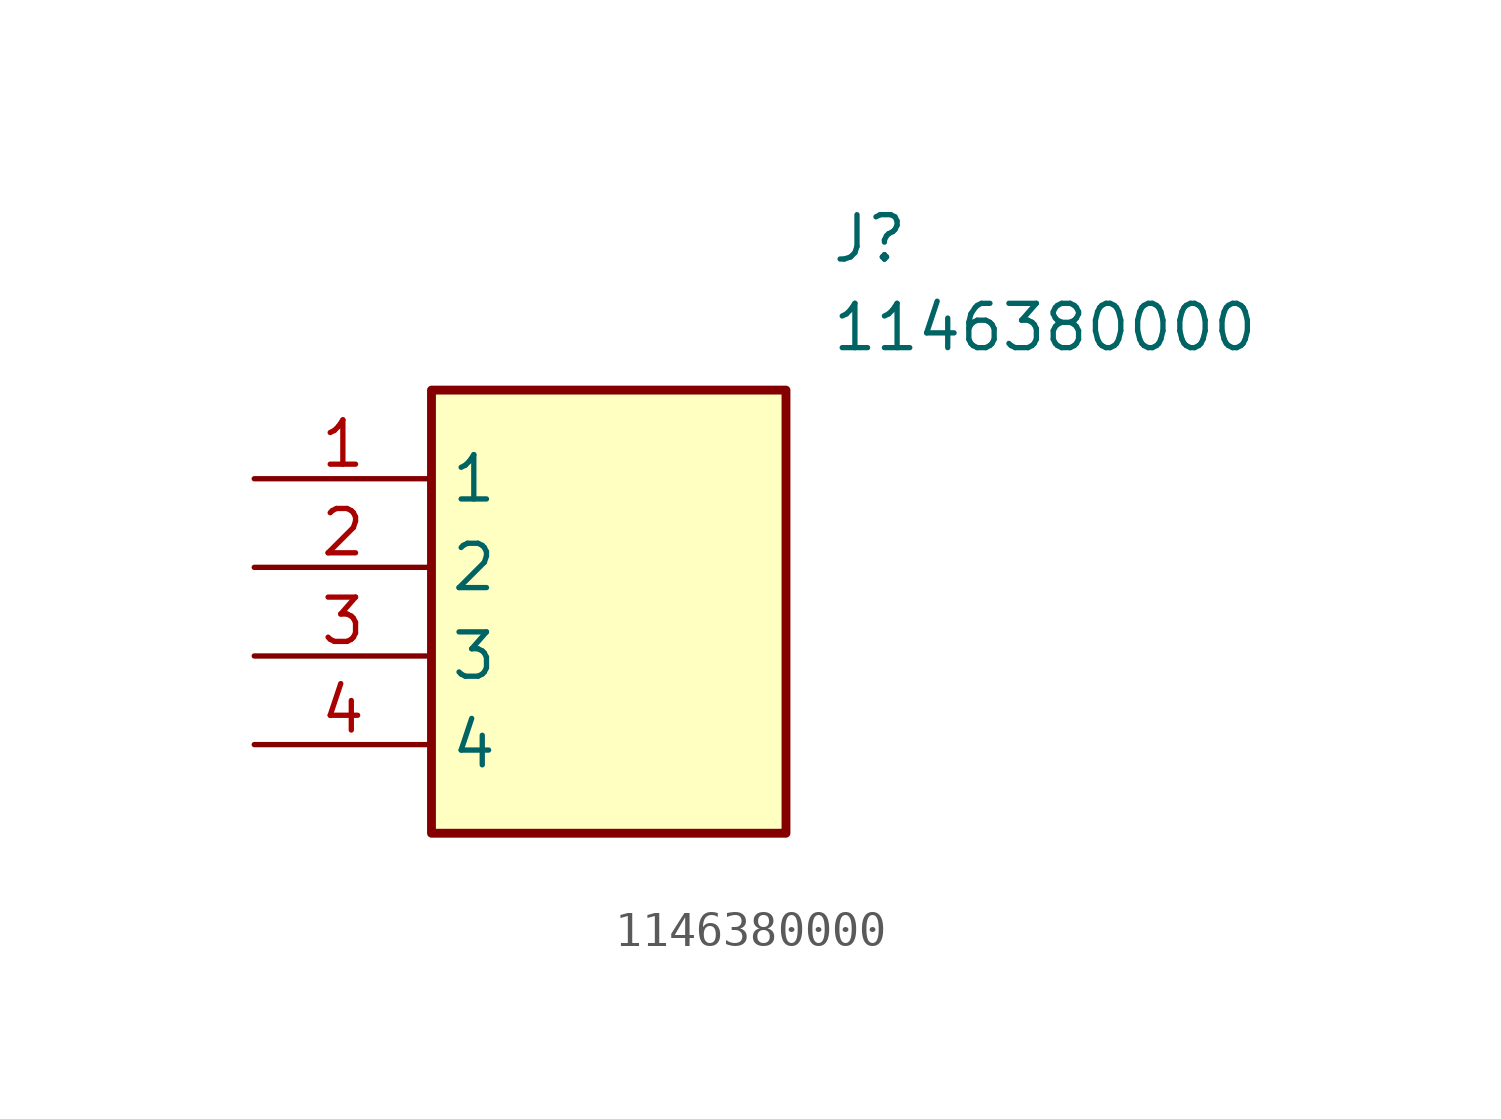
<source format=kicad_sym>
(kicad_symbol_lib
  (version 20211014)
  (generator SamacSys_ECAD_Model)
  (symbol "1146380000"
    (property "Reference" "J"
      (at 16.51 7.62 0)
      (effects (font (size 1.27 1.27)) (justify left top)))
    (property "Value" "1146380000"
      (at 16.51 5.08 0)
      (effects (font (size 1.27 1.27)) (justify left top)))
    (rectangle
      (start 5.08 2.54)
      (end 15.24 -10.16)
      (stroke (width 0.254) (type default))
      (fill (type background)))
    (pin passive line
      (at 0 0 0)
      (length 5.08)
      (name "1" (effects (font (size 1.27 1.27))))
      (number "1" (effects (font (size 1.27 1.27)))))
    (pin passive line
      (at 0 -2.54 0)
      (length 5.08)
      (name "2" (effects (font (size 1.27 1.27))))
      (number "2" (effects (font (size 1.27 1.27)))))
    (pin passive line
      (at 0 -5.08 0)
      (length 5.08)
      (name "3" (effects (font (size 1.27 1.27))))
      (number "3" (effects (font (size 1.27 1.27)))))
    (pin passive line
      (at 0 -7.62 0)
      (length 5.08)
      (name "4" (effects (font (size 1.27 1.27))))
      (number "4" (effects (font (size 1.27 1.27)))))))
</source>
